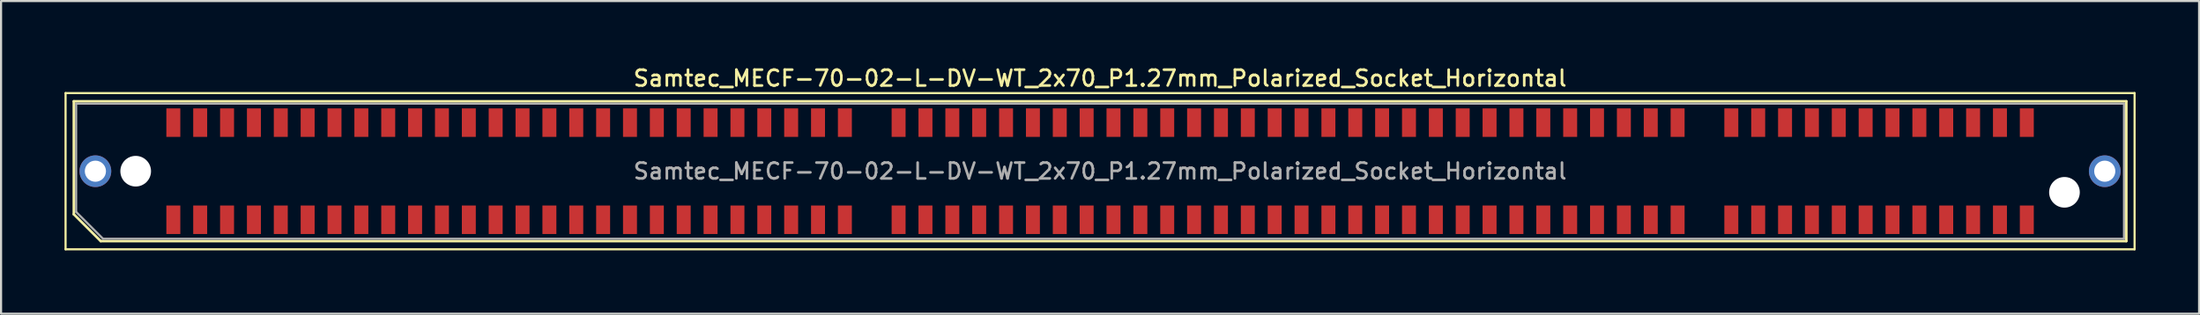
<source format=kicad_pcb>
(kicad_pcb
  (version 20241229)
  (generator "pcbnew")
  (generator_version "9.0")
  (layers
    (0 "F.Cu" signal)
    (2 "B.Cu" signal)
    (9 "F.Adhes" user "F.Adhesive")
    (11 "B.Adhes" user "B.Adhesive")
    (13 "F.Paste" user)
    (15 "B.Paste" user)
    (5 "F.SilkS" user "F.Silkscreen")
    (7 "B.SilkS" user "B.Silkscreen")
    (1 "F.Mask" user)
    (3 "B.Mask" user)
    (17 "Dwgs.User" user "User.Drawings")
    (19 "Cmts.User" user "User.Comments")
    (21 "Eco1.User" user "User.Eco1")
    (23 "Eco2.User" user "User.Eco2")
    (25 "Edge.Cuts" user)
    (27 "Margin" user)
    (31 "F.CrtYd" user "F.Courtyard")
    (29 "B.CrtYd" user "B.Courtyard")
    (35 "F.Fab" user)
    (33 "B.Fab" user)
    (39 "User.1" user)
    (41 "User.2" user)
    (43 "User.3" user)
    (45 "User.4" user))
  (footprint "Samtec_MECF-70-02-L-DV-WT_2x70_P1.27mm_Polarized_Socket_Horizontal"
    (layer "F.Cu")
    (at 48.96 5.058)
    (property "Reference" "Samtec_MECF-70-02-L-DV-WT_2x70_P1.27mm_Polarized_Socket_Horizontal" (at 0 -4.4 0) (layer "F.SilkS") (effects (font (size 0.75 0.75) (thickness 0.125))))
    (attr smd)
    (fp_line (start -48.91 -3.7) (end -48.91 3.7) (stroke (width 0.1) (type solid)) (layer "F.SilkS"))
    (fp_line (start -48.91 3.7) (end 48.91 3.7) (stroke (width 0.1) (type solid)) (layer "F.SilkS"))
    (fp_line (start -48.52 -3.31) (end 48.52 -3.31) (stroke (width 0.12) (type solid)) (layer "F.SilkS"))
    (fp_line (start -48.52 2.04) (end -48.52 -3.31) (stroke (width 0.12) (type solid)) (layer "F.SilkS"))
    (fp_line (start -47.25 3.31) (end -48.52 2.04) (stroke (width 0.12) (type solid)) (layer "F.SilkS"))
    (fp_line (start -47.25 3.31) (end 48.52 3.31) (stroke (width 0.12) (type solid)) (layer "F.SilkS"))
    (fp_line (start 48.52 3.31) (end 48.52 -3.31) (stroke (width 0.12) (type solid)) (layer "F.SilkS"))
    (fp_line (start 48.91 -3.7) (end -48.91 -3.7) (stroke (width 0.1) (type solid)) (layer "F.SilkS"))
    (fp_line (start 48.91 3.7) (end 48.91 -3.7) (stroke (width 0.1) (type solid)) (layer "F.SilkS"))
    (fp_line (start -48.41 -3.2) (end 48.41 -3.2) (stroke (width 0.1) (type solid)) (layer "F.Fab"))
    (fp_line (start -48.41 1.93) (end -48.41 -3.2) (stroke (width 0.1) (type solid)) (layer "F.Fab"))
    (fp_line (start -48.41 1.93) (end -47.14 3.2) (stroke (width 0.1) (type solid)) (layer "F.Fab"))
    (fp_line (start -47.14 3.2) (end 48.41 3.2) (stroke (width 0.1) (type solid)) (layer "F.Fab"))
    (fp_line (start 48.41 3.2) (end 48.41 -3.2) (stroke (width 0.1) (type solid)) (layer "F.Fab"))
    (fp_text user "${REFERENCE}" (at 0 0 0) (layer "F.Fab") (effects (font (size 0.75 0.75) (thickness 0.125))))
    (pad "" thru_hole circle (at -47.5 0) (size 1.5 1.5) (drill 1) (layers "*.Cu" "*.Mask"))
    (pad "" np_thru_hole circle (at -45.595 0) (size 1.45 1.45) (drill 1.45) (layers "*.Cu" "*.Mask"))
    (pad "" np_thru_hole circle (at 45.595 1) (size 1.45 1.45) (drill 1.45) (layers "*.Cu" "*.Mask"))
    (pad "" thru_hole circle (at 47.5 0) (size 1.5 1.5) (drill 1) (layers "*.Cu" "*.Mask"))
    (pad "1" smd rect (at -43.815 2.3) (size 0.66 1.35) (layers "F.Cu" "F.Mask" "F.Paste"))
    (pad "2" smd rect (at -43.815 -2.3) (size 0.66 1.35) (layers "F.Cu" "F.Mask" "F.Paste"))
    (pad "3" smd rect (at -42.545 2.3) (size 0.66 1.35) (layers "F.Cu" "F.Mask" "F.Paste"))
    (pad "4" smd rect (at -42.545 -2.3) (size 0.66 1.35) (layers "F.Cu" "F.Mask" "F.Paste"))
    (pad "5" smd rect (at -41.275 2.3) (size 0.66 1.35) (layers "F.Cu" "F.Mask" "F.Paste"))
    (pad "6" smd rect (at -41.275 -2.3) (size 0.66 1.35) (layers "F.Cu" "F.Mask" "F.Paste"))
    (pad "7" smd rect (at -40.005 2.3) (size 0.66 1.35) (layers "F.Cu" "F.Mask" "F.Paste"))
    (pad "8" smd rect (at -40.005 -2.3) (size 0.66 1.35) (layers "F.Cu" "F.Mask" "F.Paste"))
    (pad "9" smd rect (at -38.735 2.3) (size 0.66 1.35) (layers "F.Cu" "F.Mask" "F.Paste"))
    (pad "10" smd rect (at -38.735 -2.3) (size 0.66 1.35) (layers "F.Cu" "F.Mask" "F.Paste"))
    (pad "11" smd rect (at -37.465 2.3) (size 0.66 1.35) (layers "F.Cu" "F.Mask" "F.Paste"))
    (pad "12" smd rect (at -37.465 -2.3) (size 0.66 1.35) (layers "F.Cu" "F.Mask" "F.Paste"))
    (pad "13" smd rect (at -36.195 2.3) (size 0.66 1.35) (layers "F.Cu" "F.Mask" "F.Paste"))
    (pad "14" smd rect (at -36.195 -2.3) (size 0.66 1.35) (layers "F.Cu" "F.Mask" "F.Paste"))
    (pad "15" smd rect (at -34.925 2.3) (size 0.66 1.35) (layers "F.Cu" "F.Mask" "F.Paste"))
    (pad "16" smd rect (at -34.925 -2.3) (size 0.66 1.35) (layers "F.Cu" "F.Mask" "F.Paste"))
    (pad "17" smd rect (at -33.655 2.3) (size 0.66 1.35) (layers "F.Cu" "F.Mask" "F.Paste"))
    (pad "18" smd rect (at -33.655 -2.3) (size 0.66 1.35) (layers "F.Cu" "F.Mask" "F.Paste"))
    (pad "19" smd rect (at -32.385 2.3) (size 0.66 1.35) (layers "F.Cu" "F.Mask" "F.Paste"))
    (pad "20" smd rect (at -32.385 -2.3) (size 0.66 1.35) (layers "F.Cu" "F.Mask" "F.Paste"))
    (pad "21" smd rect (at -31.115 2.3) (size 0.66 1.35) (layers "F.Cu" "F.Mask" "F.Paste"))
    (pad "22" smd rect (at -31.115 -2.3) (size 0.66 1.35) (layers "F.Cu" "F.Mask" "F.Paste"))
    (pad "23" smd rect (at -29.845 2.3) (size 0.66 1.35) (layers "F.Cu" "F.Mask" "F.Paste"))
    (pad "24" smd rect (at -29.845 -2.3) (size 0.66 1.35) (layers "F.Cu" "F.Mask" "F.Paste"))
    (pad "25" smd rect (at -28.575 2.3) (size 0.66 1.35) (layers "F.Cu" "F.Mask" "F.Paste"))
    (pad "26" smd rect (at -28.575 -2.3) (size 0.66 1.35) (layers "F.Cu" "F.Mask" "F.Paste"))
    (pad "27" smd rect (at -27.305 2.3) (size 0.66 1.35) (layers "F.Cu" "F.Mask" "F.Paste"))
    (pad "28" smd rect (at -27.305 -2.3) (size 0.66 1.35) (layers "F.Cu" "F.Mask" "F.Paste"))
    (pad "29" smd rect (at -26.035 2.3) (size 0.66 1.35) (layers "F.Cu" "F.Mask" "F.Paste"))
    (pad "30" smd rect (at -26.035 -2.3) (size 0.66 1.35) (layers "F.Cu" "F.Mask" "F.Paste"))
    (pad "31" smd rect (at -24.765 2.3) (size 0.66 1.35) (layers "F.Cu" "F.Mask" "F.Paste"))
    (pad "32" smd rect (at -24.765 -2.3) (size 0.66 1.35) (layers "F.Cu" "F.Mask" "F.Paste"))
    (pad "33" smd rect (at -23.495 2.3) (size 0.66 1.35) (layers "F.Cu" "F.Mask" "F.Paste"))
    (pad "34" smd rect (at -23.495 -2.3) (size 0.66 1.35) (layers "F.Cu" "F.Mask" "F.Paste"))
    (pad "35" smd rect (at -22.225 2.3) (size 0.66 1.35) (layers "F.Cu" "F.Mask" "F.Paste"))
    (pad "36" smd rect (at -22.225 -2.3) (size 0.66 1.35) (layers "F.Cu" "F.Mask" "F.Paste"))
    (pad "37" smd rect (at -20.955 2.3) (size 0.66 1.35) (layers "F.Cu" "F.Mask" "F.Paste"))
    (pad "38" smd rect (at -20.955 -2.3) (size 0.66 1.35) (layers "F.Cu" "F.Mask" "F.Paste"))
    (pad "39" smd rect (at -19.685 2.3) (size 0.66 1.35) (layers "F.Cu" "F.Mask" "F.Paste"))
    (pad "40" smd rect (at -19.685 -2.3) (size 0.66 1.35) (layers "F.Cu" "F.Mask" "F.Paste"))
    (pad "41" smd rect (at -18.415 2.3) (size 0.66 1.35) (layers "F.Cu" "F.Mask" "F.Paste"))
    (pad "42" smd rect (at -18.415 -2.3) (size 0.66 1.35) (layers "F.Cu" "F.Mask" "F.Paste"))
    (pad "43" smd rect (at -17.145 2.3) (size 0.66 1.35) (layers "F.Cu" "F.Mask" "F.Paste"))
    (pad "44" smd rect (at -17.145 -2.3) (size 0.66 1.35) (layers "F.Cu" "F.Mask" "F.Paste"))
    (pad "45" smd rect (at -15.875 2.3) (size 0.66 1.35) (layers "F.Cu" "F.Mask" "F.Paste"))
    (pad "46" smd rect (at -15.875 -2.3) (size 0.66 1.35) (layers "F.Cu" "F.Mask" "F.Paste"))
    (pad "47" smd rect (at -14.605 2.3) (size 0.66 1.35) (layers "F.Cu" "F.Mask" "F.Paste"))
    (pad "48" smd rect (at -14.605 -2.3) (size 0.66 1.35) (layers "F.Cu" "F.Mask" "F.Paste"))
    (pad "49" smd rect (at -13.335 2.3) (size 0.66 1.35) (layers "F.Cu" "F.Mask" "F.Paste"))
    (pad "50" smd rect (at -13.335 -2.3) (size 0.66 1.35) (layers "F.Cu" "F.Mask" "F.Paste"))
    (pad "51" smd rect (at -12.065 2.3) (size 0.66 1.35) (layers "F.Cu" "F.Mask" "F.Paste"))
    (pad "52" smd rect (at -12.065 -2.3) (size 0.66 1.35) (layers "F.Cu" "F.Mask" "F.Paste"))
    (pad "55" smd rect (at -9.525 2.3) (size 0.66 1.35) (layers "F.Cu" "F.Mask" "F.Paste"))
    (pad "56" smd rect (at -9.525 -2.3) (size 0.66 1.35) (layers "F.Cu" "F.Mask" "F.Paste"))
    (pad "57" smd rect (at -8.255 2.3) (size 0.66 1.35) (layers "F.Cu" "F.Mask" "F.Paste"))
    (pad "58" smd rect (at -8.255 -2.3) (size 0.66 1.35) (layers "F.Cu" "F.Mask" "F.Paste"))
    (pad "59" smd rect (at -6.985 2.3) (size 0.66 1.35) (layers "F.Cu" "F.Mask" "F.Paste"))
    (pad "60" smd rect (at -6.985 -2.3) (size 0.66 1.35) (layers "F.Cu" "F.Mask" "F.Paste"))
    (pad "61" smd rect (at -5.715 2.3) (size 0.66 1.35) (layers "F.Cu" "F.Mask" "F.Paste"))
    (pad "62" smd rect (at -5.715 -2.3) (size 0.66 1.35) (layers "F.Cu" "F.Mask" "F.Paste"))
    (pad "63" smd rect (at -4.445 2.3) (size 0.66 1.35) (layers "F.Cu" "F.Mask" "F.Paste"))
    (pad "64" smd rect (at -4.445 -2.3) (size 0.66 1.35) (layers "F.Cu" "F.Mask" "F.Paste"))
    (pad "65" smd rect (at -3.175 2.3) (size 0.66 1.35) (layers "F.Cu" "F.Mask" "F.Paste"))
    (pad "66" smd rect (at -3.175 -2.3) (size 0.66 1.35) (layers "F.Cu" "F.Mask" "F.Paste"))
    (pad "67" smd rect (at -1.905 2.3) (size 0.66 1.35) (layers "F.Cu" "F.Mask" "F.Paste"))
    (pad "68" smd rect (at -1.905 -2.3) (size 0.66 1.35) (layers "F.Cu" "F.Mask" "F.Paste"))
    (pad "69" smd rect (at -0.635 2.3) (size 0.66 1.35) (layers "F.Cu" "F.Mask" "F.Paste"))
    (pad "70" smd rect (at -0.635 -2.3) (size 0.66 1.35) (layers "F.Cu" "F.Mask" "F.Paste"))
    (pad "71" smd rect (at 0.635 2.3) (size 0.66 1.35) (layers "F.Cu" "F.Mask" "F.Paste"))
    (pad "72" smd rect (at 0.635 -2.3) (size 0.66 1.35) (layers "F.Cu" "F.Mask" "F.Paste"))
    (pad "73" smd rect (at 1.905 2.3) (size 0.66 1.35) (layers "F.Cu" "F.Mask" "F.Paste"))
    (pad "74" smd rect (at 1.905 -2.3) (size 0.66 1.35) (layers "F.Cu" "F.Mask" "F.Paste"))
    (pad "75" smd rect (at 3.175 2.3) (size 0.66 1.35) (layers "F.Cu" "F.Mask" "F.Paste"))
    (pad "76" smd rect (at 3.175 -2.3) (size 0.66 1.35) (layers "F.Cu" "F.Mask" "F.Paste"))
    (pad "77" smd rect (at 4.445 2.3) (size 0.66 1.35) (layers "F.Cu" "F.Mask" "F.Paste"))
    (pad "78" smd rect (at 4.445 -2.3) (size 0.66 1.35) (layers "F.Cu" "F.Mask" "F.Paste"))
    (pad "79" smd rect (at 5.715 2.3) (size 0.66 1.35) (layers "F.Cu" "F.Mask" "F.Paste"))
    (pad "80" smd rect (at 5.715 -2.3) (size 0.66 1.35) (layers "F.Cu" "F.Mask" "F.Paste"))
    (pad "81" smd rect (at 6.985 2.3) (size 0.66 1.35) (layers "F.Cu" "F.Mask" "F.Paste"))
    (pad "82" smd rect (at 6.985 -2.3) (size 0.66 1.35) (layers "F.Cu" "F.Mask" "F.Paste"))
    (pad "83" smd rect (at 8.255 2.3) (size 0.66 1.35) (layers "F.Cu" "F.Mask" "F.Paste"))
    (pad "84" smd rect (at 8.255 -2.3) (size 0.66 1.35) (layers "F.Cu" "F.Mask" "F.Paste"))
    (pad "85" smd rect (at 9.525 2.3) (size 0.66 1.35) (layers "F.Cu" "F.Mask" "F.Paste"))
    (pad "86" smd rect (at 9.525 -2.3) (size 0.66 1.35) (layers "F.Cu" "F.Mask" "F.Paste"))
    (pad "87" smd rect (at 10.795 2.3) (size 0.66 1.35) (layers "F.Cu" "F.Mask" "F.Paste"))
    (pad "88" smd rect (at 10.795 -2.3) (size 0.66 1.35) (layers "F.Cu" "F.Mask" "F.Paste"))
    (pad "89" smd rect (at 12.065 2.3) (size 0.66 1.35) (layers "F.Cu" "F.Mask" "F.Paste"))
    (pad "90" smd rect (at 12.065 -2.3) (size 0.66 1.35) (layers "F.Cu" "F.Mask" "F.Paste"))
    (pad "91" smd rect (at 13.335 2.3) (size 0.66 1.35) (layers "F.Cu" "F.Mask" "F.Paste"))
    (pad "92" smd rect (at 13.335 -2.3) (size 0.66 1.35) (layers "F.Cu" "F.Mask" "F.Paste"))
    (pad "93" smd rect (at 14.605 2.3) (size 0.66 1.35) (layers "F.Cu" "F.Mask" "F.Paste"))
    (pad "94" smd rect (at 14.605 -2.3) (size 0.66 1.35) (layers "F.Cu" "F.Mask" "F.Paste"))
    (pad "95" smd rect (at 15.875 2.3) (size 0.66 1.35) (layers "F.Cu" "F.Mask" "F.Paste"))
    (pad "96" smd rect (at 15.875 -2.3) (size 0.66 1.35) (layers "F.Cu" "F.Mask" "F.Paste"))
    (pad "97" smd rect (at 17.145 2.3) (size 0.66 1.35) (layers "F.Cu" "F.Mask" "F.Paste"))
    (pad "98" smd rect (at 17.145 -2.3) (size 0.66 1.35) (layers "F.Cu" "F.Mask" "F.Paste"))
    (pad "99" smd rect (at 18.415 2.3) (size 0.66 1.35) (layers "F.Cu" "F.Mask" "F.Paste"))
    (pad "100" smd rect (at 18.415 -2.3) (size 0.66 1.35) (layers "F.Cu" "F.Mask" "F.Paste"))
    (pad "101" smd rect (at 19.685 2.3) (size 0.66 1.35) (layers "F.Cu" "F.Mask" "F.Paste"))
    (pad "102" smd rect (at 19.685 -2.3) (size 0.66 1.35) (layers "F.Cu" "F.Mask" "F.Paste"))
    (pad "103" smd rect (at 20.955 2.3) (size 0.66 1.35) (layers "F.Cu" "F.Mask" "F.Paste"))
    (pad "104" smd rect (at 20.955 -2.3) (size 0.66 1.35) (layers "F.Cu" "F.Mask" "F.Paste"))
    (pad "105" smd rect (at 22.225 2.3) (size 0.66 1.35) (layers "F.Cu" "F.Mask" "F.Paste"))
    (pad "106" smd rect (at 22.225 -2.3) (size 0.66 1.35) (layers "F.Cu" "F.Mask" "F.Paste"))
    (pad "107" smd rect (at 23.495 2.3) (size 0.66 1.35) (layers "F.Cu" "F.Mask" "F.Paste"))
    (pad "108" smd rect (at 23.495 -2.3) (size 0.66 1.35) (layers "F.Cu" "F.Mask" "F.Paste"))
    (pad "109" smd rect (at 24.765 2.3) (size 0.66 1.35) (layers "F.Cu" "F.Mask" "F.Paste"))
    (pad "110" smd rect (at 24.765 -2.3) (size 0.66 1.35) (layers "F.Cu" "F.Mask" "F.Paste"))
    (pad "111" smd rect (at 26.035 2.3) (size 0.66 1.35) (layers "F.Cu" "F.Mask" "F.Paste"))
    (pad "112" smd rect (at 26.035 -2.3) (size 0.66 1.35) (layers "F.Cu" "F.Mask" "F.Paste"))
    (pad "113" smd rect (at 27.305 2.3) (size 0.66 1.35) (layers "F.Cu" "F.Mask" "F.Paste"))
    (pad "114" smd rect (at 27.305 -2.3) (size 0.66 1.35) (layers "F.Cu" "F.Mask" "F.Paste"))
    (pad "117" smd rect (at 29.845 2.3) (size 0.66 1.35) (layers "F.Cu" "F.Mask" "F.Paste"))
    (pad "118" smd rect (at 29.845 -2.3) (size 0.66 1.35) (layers "F.Cu" "F.Mask" "F.Paste"))
    (pad "119" smd rect (at 31.115 2.3) (size 0.66 1.35) (layers "F.Cu" "F.Mask" "F.Paste"))
    (pad "120" smd rect (at 31.115 -2.3) (size 0.66 1.35) (layers "F.Cu" "F.Mask" "F.Paste"))
    (pad "121" smd rect (at 32.385 2.3) (size 0.66 1.35) (layers "F.Cu" "F.Mask" "F.Paste"))
    (pad "122" smd rect (at 32.385 -2.3) (size 0.66 1.35) (layers "F.Cu" "F.Mask" "F.Paste"))
    (pad "123" smd rect (at 33.655 2.3) (size 0.66 1.35) (layers "F.Cu" "F.Mask" "F.Paste"))
    (pad "124" smd rect (at 33.655 -2.3) (size 0.66 1.35) (layers "F.Cu" "F.Mask" "F.Paste"))
    (pad "125" smd rect (at 34.925 2.3) (size 0.66 1.35) (layers "F.Cu" "F.Mask" "F.Paste"))
    (pad "126" smd rect (at 34.925 -2.3) (size 0.66 1.35) (layers "F.Cu" "F.Mask" "F.Paste"))
    (pad "127" smd rect (at 36.195 2.3) (size 0.66 1.35) (layers "F.Cu" "F.Mask" "F.Paste"))
    (pad "128" smd rect (at 36.195 -2.3) (size 0.66 1.35) (layers "F.Cu" "F.Mask" "F.Paste"))
    (pad "129" smd rect (at 37.465 2.3) (size 0.66 1.35) (layers "F.Cu" "F.Mask" "F.Paste"))
    (pad "130" smd rect (at 37.465 -2.3) (size 0.66 1.35) (layers "F.Cu" "F.Mask" "F.Paste"))
    (pad "131" smd rect (at 38.735 2.3) (size 0.66 1.35) (layers "F.Cu" "F.Mask" "F.Paste"))
    (pad "132" smd rect (at 38.735 -2.3) (size 0.66 1.35) (layers "F.Cu" "F.Mask" "F.Paste"))
    (pad "133" smd rect (at 40.005 2.3) (size 0.66 1.35) (layers "F.Cu" "F.Mask" "F.Paste"))
    (pad "134" smd rect (at 40.005 -2.3) (size 0.66 1.35) (layers "F.Cu" "F.Mask" "F.Paste"))
    (pad "135" smd rect (at 41.275 2.3) (size 0.66 1.35) (layers "F.Cu" "F.Mask" "F.Paste"))
    (pad "136" smd rect (at 41.275 -2.3) (size 0.66 1.35) (layers "F.Cu" "F.Mask" "F.Paste"))
    (pad "137" smd rect (at 42.545 2.3) (size 0.66 1.35) (layers "F.Cu" "F.Mask" "F.Paste"))
    (pad "138" smd rect (at 42.545 -2.3) (size 0.66 1.35) (layers "F.Cu" "F.Mask" "F.Paste"))
    (pad "139" smd rect (at 43.815 2.3) (size 0.66 1.35) (layers "F.Cu" "F.Mask" "F.Paste"))
    (pad "140" smd rect (at 43.815 -2.3) (size 0.66 1.35) (layers "F.Cu" "F.Mask" "F.Paste")))
  (gr_rect
    (start -3 -3)
    (end 100.92 11.808)
    (stroke (width 0.1) (type default))
    (fill no)
    (layer "Edge.Cuts")))
</source>
